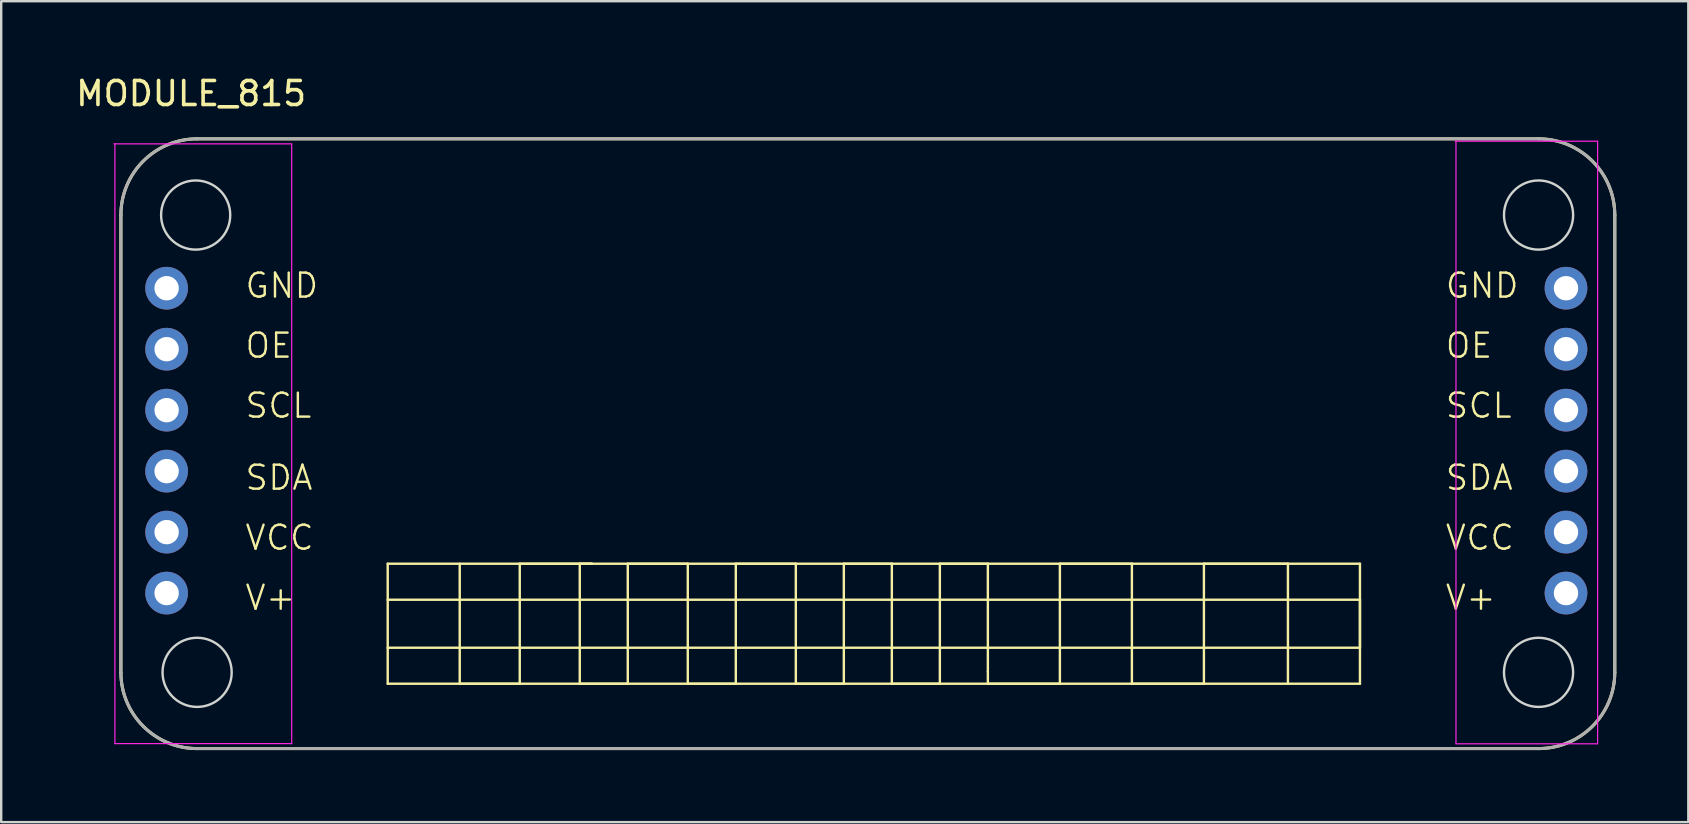
<source format=kicad_pcb>
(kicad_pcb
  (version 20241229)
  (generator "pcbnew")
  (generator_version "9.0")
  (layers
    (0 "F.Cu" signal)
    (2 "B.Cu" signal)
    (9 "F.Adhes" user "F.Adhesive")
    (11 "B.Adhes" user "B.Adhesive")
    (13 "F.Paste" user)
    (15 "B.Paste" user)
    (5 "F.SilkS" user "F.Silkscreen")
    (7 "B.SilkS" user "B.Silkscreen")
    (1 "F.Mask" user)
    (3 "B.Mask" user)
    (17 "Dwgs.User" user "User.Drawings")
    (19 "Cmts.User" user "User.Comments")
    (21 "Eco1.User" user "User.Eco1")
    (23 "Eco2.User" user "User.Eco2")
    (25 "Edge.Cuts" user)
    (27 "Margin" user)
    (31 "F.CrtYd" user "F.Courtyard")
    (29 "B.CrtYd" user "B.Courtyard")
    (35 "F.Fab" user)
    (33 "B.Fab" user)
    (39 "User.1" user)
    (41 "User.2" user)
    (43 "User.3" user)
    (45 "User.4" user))
  (footprint "MODULE_815"
    (layer "F.Cu")
    (at 33.101 15.433)
    (property "Reference" "MODULE_815" (at -28.19 -14.585 0) (layer "F.SilkS") (effects (font (size 1 1) (thickness 0.15))))
    (attr through_hole)
    (fp_line (start -31.115 9.525) (end -31.115 -9.525) (stroke (width 0.127) (type solid)) (layer "F.SilkS"))
    (fp_line (start -27.94 -12.7) (end 27.94 -12.7) (stroke (width 0.127) (type solid)) (layer "F.SilkS"))
    (fp_line (start -20 5) (end 20.5 5) (stroke (width 0.1) (type default)) (layer "F.SilkS"))
    (fp_line (start -20 6.5) (end 20.5 6.5) (stroke (width 0.1) (type default)) (layer "F.SilkS"))
    (fp_line (start -20 10) (end -20 5) (stroke (width 0.1) (type default)) (layer "F.SilkS"))
    (fp_line (start -17 5) (end -17 10) (stroke (width 0.1) (type default)) (layer "F.SilkS"))
    (fp_line (start -17 10) (end -14.5 10) (stroke (width 0.1) (type default)) (layer "F.SilkS"))
    (fp_line (start -14.5 5) (end -11.5 5) (stroke (width 0.1) (type default)) (layer "F.SilkS"))
    (fp_line (start -14.5 10) (end -14.5 5) (stroke (width 0.1) (type default)) (layer "F.SilkS"))
    (fp_line (start -12 5) (end -12 10) (stroke (width 0.1) (type default)) (layer "F.SilkS"))
    (fp_line (start -12 10) (end -10 10) (stroke (width 0.1) (type default)) (layer "F.SilkS"))
    (fp_line (start -11.5 5) (end -12 5) (stroke (width 0.1) (type default)) (layer "F.SilkS"))
    (fp_line (start -10 5) (end -7.5 5) (stroke (width 0.1) (type default)) (layer "F.SilkS"))
    (fp_line (start -10 10) (end -10 5) (stroke (width 0.1) (type default)) (layer "F.SilkS"))
    (fp_line (start -7.5 5) (end -7.5 10) (stroke (width 0.1) (type default)) (layer "F.SilkS"))
    (fp_line (start -7.5 10) (end -5.5 10) (stroke (width 0.1) (type default)) (layer "F.SilkS"))
    (fp_line (start -5.5 5) (end -3 5) (stroke (width 0.1) (type default)) (layer "F.SilkS"))
    (fp_line (start -5.5 10) (end -5.5 5) (stroke (width 0.1) (type default)) (layer "F.SilkS"))
    (fp_line (start -3 5) (end -3 10) (stroke (width 0.1) (type default)) (layer "F.SilkS"))
    (fp_line (start -3 10) (end -1 10) (stroke (width 0.1) (type default)) (layer "F.SilkS"))
    (fp_line (start -1 5) (end 1 5) (stroke (width 0.1) (type default)) (layer "F.SilkS"))
    (fp_line (start -1 10) (end -1 5) (stroke (width 0.1) (type default)) (layer "F.SilkS"))
    (fp_line (start 1 5) (end 1 10) (stroke (width 0.1) (type default)) (layer "F.SilkS"))
    (fp_line (start 1 10) (end 3 10) (stroke (width 0.1) (type default)) (layer "F.SilkS"))
    (fp_line (start 3 5) (end 5 5) (stroke (width 0.1) (type default)) (layer "F.SilkS"))
    (fp_line (start 3 10) (end 3 5) (stroke (width 0.1) (type default)) (layer "F.SilkS"))
    (fp_line (start 5 5) (end 5 9.5) (stroke (width 0.1) (type default)) (layer "F.SilkS"))
    (fp_line (start 5 9.5) (end 5 10) (stroke (width 0.1) (type default)) (layer "F.SilkS"))
    (fp_line (start 5 10) (end 8 10) (stroke (width 0.1) (type default)) (layer "F.SilkS"))
    (fp_line (start 8 5) (end 11 5) (stroke (width 0.1) (type default)) (layer "F.SilkS"))
    (fp_line (start 8 10) (end 8 5) (stroke (width 0.1) (type default)) (layer "F.SilkS"))
    (fp_line (start 11 5) (end 11 10) (stroke (width 0.1) (type default)) (layer "F.SilkS"))
    (fp_line (start 11 10) (end 14 10) (stroke (width 0.1) (type default)) (layer "F.SilkS"))
    (fp_line (start 14 5) (end 17.5 5) (stroke (width 0.1) (type default)) (layer "F.SilkS"))
    (fp_line (start 14 10) (end 14 5) (stroke (width 0.1) (type default)) (layer "F.SilkS"))
    (fp_line (start 17.5 5) (end 17.5 10) (stroke (width 0.1) (type default)) (layer "F.SilkS"))
    (fp_line (start 20.5 5) (end 20.5 10) (stroke (width 0.1) (type default)) (layer "F.SilkS"))
    (fp_line (start 20.5 6.5) (end 20.5 8.5) (stroke (width 0.1) (type default)) (layer "F.SilkS"))
    (fp_line (start 20.5 8.5) (end -20 8.5) (stroke (width 0.1) (type default)) (layer "F.SilkS"))
    (fp_line (start 20.5 10) (end -20 10) (stroke (width 0.1) (type default)) (layer "F.SilkS"))
    (fp_line (start 27.94 12.7) (end -27.94 12.7) (stroke (width 0.127) (type solid)) (layer "F.SilkS"))
    (fp_line (start 31.115 -9.525) (end 31.115 9.525) (stroke (width 0.127) (type solid)) (layer "F.SilkS"))
    (fp_arc (start -31.115 -9.525) (mid -30.185064 -11.770064) (end -27.94 -12.7) (stroke (width 0.127) (type solid)) (layer "F.SilkS"))
    (fp_arc (start -27.94 12.7) (mid -30.185064 11.770064) (end -31.115 9.525) (stroke (width 0.127) (type solid)) (layer "F.SilkS"))
    (fp_arc (start 27.94 -12.7) (mid 30.185064 -11.770064) (end 31.115 -9.525) (stroke (width 0.127) (type solid)) (layer "F.SilkS"))
    (fp_arc (start 31.115 9.525) (mid 30.185064 11.770064) (end 27.94 12.7) (stroke (width 0.127) (type solid)) (layer "F.SilkS"))
    (fp_circle (center -28 -9.525) (end -26.56 -9.525) (stroke (width 0.1) (type default)) (fill no) (layer "Edge.Cuts"))
    (fp_circle (center -27.94 9.525) (end -26.5 9.525) (stroke (width 0.1) (type default)) (fill no) (layer "Edge.Cuts"))
    (fp_circle (center 27.94 -9.525) (end 29.38 -9.525) (stroke (width 0.1) (type default)) (fill no) (layer "Edge.Cuts"))
    (fp_circle (center 27.94 9.525) (end 29.38 9.525) (stroke (width 0.1) (type default)) (fill no) (layer "Edge.Cuts"))
    (fp_line (start -31.365 -12.5) (end -31.365 12.5) (stroke (width 0.05) (type solid)) (layer "F.CrtYd"))
    (fp_line (start -31.361 12.492) (end -23.996 12.492) (stroke (width 0.05) (type solid)) (layer "F.CrtYd"))
    (fp_line (start -24.028 -12.491) (end -31.4 -12.491) (stroke (width 0.05) (type solid)) (layer "F.CrtYd"))
    (fp_line (start -24 12.5) (end -24 -12.5) (stroke (width 0.05) (type solid)) (layer "F.CrtYd"))
    (fp_line (start 24.468 -12.6) (end 30.4 -12.6) (stroke (width 0.05) (type solid)) (layer "F.CrtYd"))
    (fp_line (start 24.5 12.5) (end 24.5 -12.6) (stroke (width 0.05) (type solid)) (layer "F.CrtYd"))
    (fp_line (start 24.5 12.5) (end 30.4 12.5) (stroke (width 0.05) (type solid)) (layer "F.CrtYd"))
    (fp_line (start 30.4 12.5) (end 30.4 -12.6) (stroke (width 0.05) (type solid)) (layer "F.CrtYd"))
    (fp_line (start -31.115 9.525) (end -31.115 -9.525) (stroke (width 0.127) (type solid)) (layer "F.Fab"))
    (fp_line (start -27.94 -12.7) (end 27.94 -12.7) (stroke (width 0.127) (type solid)) (layer "F.Fab"))
    (fp_line (start 27.94 12.7) (end -27.94 12.7) (stroke (width 0.127) (type solid)) (layer "F.Fab"))
    (fp_line (start 31.115 -9.525) (end 31.115 9.525) (stroke (width 0.127) (type solid)) (layer "F.Fab"))
    (fp_arc (start -31.115 -9.525) (mid -30.185064 -11.770064) (end -27.94 -12.7) (stroke (width 0.127) (type solid)) (layer "F.Fab"))
    (fp_arc (start -27.94 12.7) (mid -30.185064 11.770064) (end -31.115 9.525) (stroke (width 0.127) (type solid)) (layer "F.Fab"))
    (fp_arc (start 27.94 -12.7) (mid 30.185064 -11.770064) (end 31.115 -9.525) (stroke (width 0.127) (type solid)) (layer "F.Fab"))
    (fp_arc (start 31.115 9.525) (mid 30.185064 11.770064) (end 27.94 12.7) (stroke (width 0.127) (type solid)) (layer "F.Fab"))
    (fp_text user "SCL" (at -26 -1 0) (unlocked yes) (layer "F.SilkS") (effects (font (size 1 1) (thickness 0.1)) (justify left bottom)))
    (fp_text user "GND" (at -26 -6 0) (unlocked yes) (layer "F.SilkS") (effects (font (size 1 1) (thickness 0.1)) (justify left bottom)))
    (fp_text user "OE" (at -26 -3.5 0) (unlocked yes) (layer "F.SilkS") (effects (font (size 1 1) (thickness 0.1)) (justify left bottom)))
    (fp_text user "SDA" (at 24 2 0) (unlocked yes) (layer "F.SilkS") (effects (font (size 1 1) (thickness 0.1)) (justify left bottom)))
    (fp_text user "VCC" (at -26 4.5 0) (unlocked yes) (layer "F.SilkS") (effects (font (size 1 1) (thickness 0.1)) (justify left bottom)))
    (fp_text user "OE" (at 24 -3.5 0) (unlocked yes) (layer "F.SilkS") (effects (font (size 1 1) (thickness 0.1)) (justify left bottom)))
    (fp_text user "V+" (at -26 7 0) (unlocked yes) (layer "F.SilkS") (effects (font (size 1 1) (thickness 0.1)) (justify left bottom)))
    (fp_text user "SDA" (at -26 2 0) (unlocked yes) (layer "F.SilkS") (effects (font (size 1 1) (thickness 0.1)) (justify left bottom)))
    (fp_text user "V+" (at 24 7 0) (unlocked yes) (layer "F.SilkS") (effects (font (size 1 1) (thickness 0.1)) (justify left bottom)))
    (fp_text user "SCL" (at 24 -1 0) (unlocked yes) (layer "F.SilkS") (effects (font (size 1 1) (thickness 0.1)) (justify left bottom)))
    (fp_text user "VCC" (at 24 4.5 0) (unlocked yes) (layer "F.SilkS") (effects (font (size 1 1) (thickness 0.1)) (justify left bottom)))
    (fp_text user "GND" (at 24 -6 0) (unlocked yes) (layer "F.SilkS") (effects (font (size 1 1) (thickness 0.1)) (justify left bottom)))
    (pad "GND_1" thru_hole circle (at -29.21 -6.477) (size 1.778 1.778) (drill 1.016) (layers "*.Cu" "*.Mask"))
    (pad "GND_2" thru_hole circle (at 29.083 -6.477) (size 1.778 1.778) (drill 1.016) (layers "*.Cu" "*.Mask"))
    (pad "OE_1" thru_hole circle (at -29.21 -3.937) (size 1.778 1.778) (drill 1.016) (layers "*.Cu" "*.Mask"))
    (pad "OE_2" thru_hole circle (at 29.083 -3.937) (size 1.778 1.778) (drill 1.016) (layers "*.Cu" "*.Mask"))
    (pad "SCL_1" thru_hole circle (at -29.21 -1.397) (size 1.778 1.778) (drill 1.016) (layers "*.Cu" "*.Mask"))
    (pad "SCL_2" thru_hole circle (at 29.083 -1.397) (size 1.778 1.778) (drill 1.016) (layers "*.Cu" "*.Mask"))
    (pad "SDA_1" thru_hole circle (at -29.21 1.143) (size 1.778 1.778) (drill 1.016) (layers "*.Cu" "*.Mask"))
    (pad "SDA_2" thru_hole circle (at 29.083 1.143) (size 1.778 1.778) (drill 1.016) (layers "*.Cu" "*.Mask"))
    (pad "V+_1" thru_hole circle (at -29.21 6.223) (size 1.778 1.778) (drill 1.016) (layers "*.Cu" "*.Mask"))
    (pad "V+_2" thru_hole circle (at 29.083 6.223) (size 1.778 1.778) (drill 1.016) (layers "*.Cu" "*.Mask"))
    (pad "VCC_1" thru_hole circle (at -29.21 3.683) (size 1.778 1.778) (drill 1.016) (layers "*.Cu" "*.Mask"))
    (pad "VCC_2" thru_hole circle (at 29.083 3.683) (size 1.778 1.778) (drill 1.016) (layers "*.Cu" "*.Mask")))
  (gr_rect
    (start -3 -3)
    (end 67.279 31.197)
    (stroke (width 0.1) (type default))
    (fill no)
    (layer "Edge.Cuts")))
</source>
